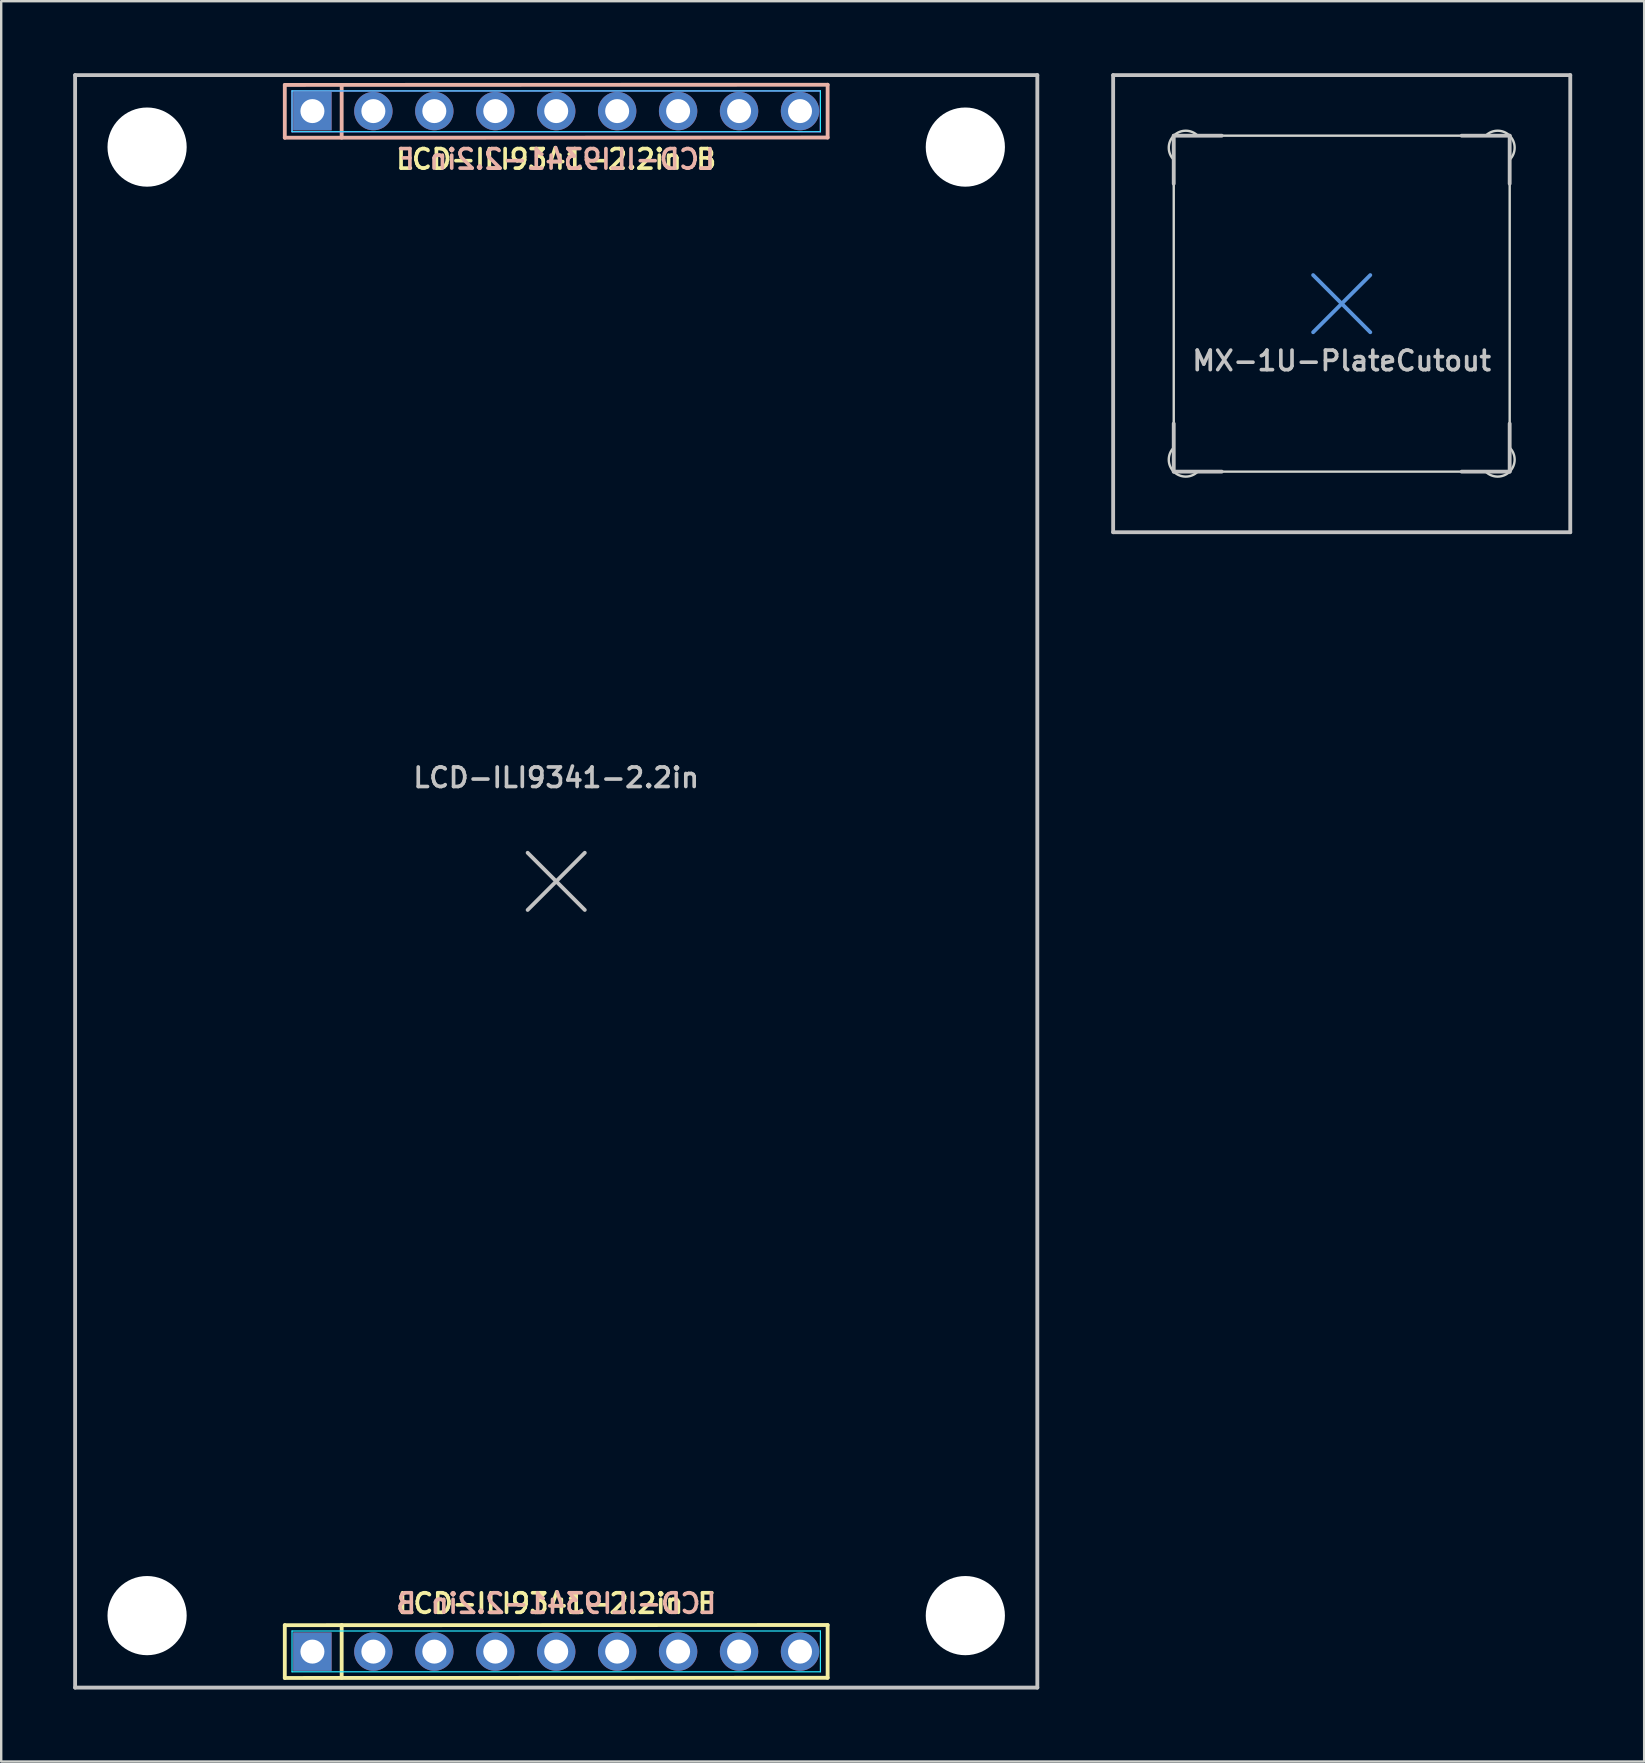
<source format=kicad_pcb>
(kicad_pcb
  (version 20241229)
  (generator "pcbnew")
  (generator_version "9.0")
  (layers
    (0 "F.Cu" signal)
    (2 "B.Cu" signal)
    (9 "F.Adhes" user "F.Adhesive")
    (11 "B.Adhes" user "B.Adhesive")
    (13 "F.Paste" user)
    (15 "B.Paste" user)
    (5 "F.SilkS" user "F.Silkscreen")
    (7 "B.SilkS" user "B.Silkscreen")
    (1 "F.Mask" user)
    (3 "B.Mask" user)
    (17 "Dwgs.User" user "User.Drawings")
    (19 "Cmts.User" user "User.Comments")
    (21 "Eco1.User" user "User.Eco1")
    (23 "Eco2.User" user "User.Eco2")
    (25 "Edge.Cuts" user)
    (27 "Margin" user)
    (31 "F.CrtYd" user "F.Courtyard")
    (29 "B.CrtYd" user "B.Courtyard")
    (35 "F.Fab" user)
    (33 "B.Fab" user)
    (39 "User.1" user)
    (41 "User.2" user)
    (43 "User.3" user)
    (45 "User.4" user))
  (footprint "MX-1U-PlateCutout"
    (layer "F.Cu")
    (at 52.865 9.605)
    (property "Reference" "MX-1U-PlateCutout" (at 0 2.381 0) (layer "Dwgs.User") (effects (font (size 0.813 0.813) (thickness 0.152))))
    (attr through_hole)
    (fp_line (start -9.525 -9.525) (end 9.525 -9.525) (stroke (width 0.16) (type solid)) (layer "Dwgs.User"))
    (fp_line (start -9.525 9.525) (end -9.525 -9.525) (stroke (width 0.16) (type solid)) (layer "Dwgs.User"))
    (fp_line (start -7 -7) (end -7 -5) (stroke (width 0.16) (type solid)) (layer "Dwgs.User"))
    (fp_line (start -7 5) (end -7 7) (stroke (width 0.16) (type solid)) (layer "Dwgs.User"))
    (fp_line (start -7 7) (end -5 7) (stroke (width 0.16) (type solid)) (layer "Dwgs.User"))
    (fp_line (start -5 -7) (end -7 -7) (stroke (width 0.16) (type solid)) (layer "Dwgs.User"))
    (fp_line (start 5 -7) (end 7 -7) (stroke (width 0.16) (type solid)) (layer "Dwgs.User"))
    (fp_line (start 5 7) (end 7 7) (stroke (width 0.16) (type solid)) (layer "Dwgs.User"))
    (fp_line (start 7 -7) (end 7 -5) (stroke (width 0.16) (type solid)) (layer "Dwgs.User"))
    (fp_line (start 7 7) (end 7 5) (stroke (width 0.16) (type solid)) (layer "Dwgs.User"))
    (fp_line (start 9.525 -9.525) (end 9.525 9.525) (stroke (width 0.16) (type solid)) (layer "Dwgs.User"))
    (fp_line (start 9.525 9.525) (end -9.525 9.525) (stroke (width 0.16) (type solid)) (layer "Dwgs.User"))
    (fp_line (start -1.191 -1.191) (end 1.191 1.191) (stroke (width 0.16) (type solid)) (layer "Cmts.User"))
    (fp_line (start -1.191 1.191) (end 1.191 -1.191) (stroke (width 0.16) (type solid)) (layer "Cmts.User"))
    (fp_line (start -7 6) (end -7 -6) (stroke (width 0.1) (type solid)) (layer "Edge.Cuts"))
    (fp_line (start -6 -7) (end 6 -7) (stroke (width 0.1) (type solid)) (layer "Edge.Cuts"))
    (fp_line (start 6 7) (end -6 7) (stroke (width 0.1) (type solid)) (layer "Edge.Cuts"))
    (fp_line (start 7 -6) (end 7 6) (stroke (width 0.1) (type solid)) (layer "Edge.Cuts"))
    (fp_arc (start -7 -6) (mid -7 -7) (end -6 -7) (stroke (width 0.1) (type solid)) (layer "Edge.Cuts"))
    (fp_arc (start -6 7) (mid -7 7) (end -7 6) (stroke (width 0.1) (type solid)) (layer "Edge.Cuts"))
    (fp_arc (start 6 -7) (mid 7 -7) (end 7 -6) (stroke (width 0.1) (type solid)) (layer "Edge.Cuts"))
    (fp_arc (start 7 6) (mid 7 7) (end 6 7) (stroke (width 0.1) (type solid)) (layer "Edge.Cuts")))
  (footprint "LCD-ILI9341-2.2in"
    (layer "F.Cu")
    (at 20.13 33.68)
    (property "Reference" "LCD-ILI9341-2.2in" (at 0 -4.322 180) (layer "Dwgs.User") (effects (font (size 0.813 0.813) (thickness 0.152))))
    (attr through_hole)
    (fp_line (start -11.311 30.998) (end 11.311 30.991) (stroke (width 0.16) (type solid)) (layer "F.SilkS"))
    (fp_line (start -11.311 33.198) (end -11.311 30.998) (stroke (width 0.16) (type solid)) (layer "F.SilkS"))
    (fp_line (start -8.941 33.191) (end -8.941 30.991) (stroke (width 0.16) (type solid)) (layer "F.SilkS"))
    (fp_line (start 11.311 30.991) (end 11.311 33.191) (stroke (width 0.16) (type solid)) (layer "F.SilkS"))
    (fp_line (start 11.311 33.191) (end -11.311 33.198) (stroke (width 0.16) (type solid)) (layer "F.SilkS"))
    (fp_line (start -11.311 -33.191) (end 11.311 -33.198) (stroke (width 0.16) (type solid)) (layer "B.SilkS"))
    (fp_line (start -11.311 -30.991) (end -11.311 -33.191) (stroke (width 0.16) (type solid)) (layer "B.SilkS"))
    (fp_line (start -8.941 -33.191) (end -8.941 -30.991) (stroke (width 0.16) (type solid)) (layer "B.SilkS"))
    (fp_line (start 11.311 -33.198) (end 11.311 -30.998) (stroke (width 0.16) (type solid)) (layer "B.SilkS"))
    (fp_line (start 11.311 -30.998) (end -11.311 -30.991) (stroke (width 0.16) (type solid)) (layer "B.SilkS"))
    (fp_line (start -20.05 -33.6) (end -20.05 33.6) (stroke (width 0.16) (type solid)) (layer "Dwgs.User"))
    (fp_line (start -20.05 -33.6) (end 20.05 -33.6) (stroke (width 0.16) (type solid)) (layer "Dwgs.User"))
    (fp_line (start -20.05 33.6) (end 20.05 33.6) (stroke (width 0.16) (type solid)) (layer "Dwgs.User"))
    (fp_line (start -1.191 -1.191) (end 1.191 1.191) (stroke (width 0.16) (type solid)) (layer "Dwgs.User"))
    (fp_line (start 1.191 -1.191) (end -1.191 1.191) (stroke (width 0.16) (type solid)) (layer "Dwgs.User"))
    (fp_line (start 20.05 -33.6) (end 20.05 33.6) (stroke (width 0.16) (type solid)) (layer "Dwgs.User"))
    (fp_line (start -11.01 -32.941) (end 11.01 -32.941) (stroke (width 0.05) (type solid)) (layer "B.CrtYd"))
    (fp_line (start -11.01 -31.241) (end -11.01 -32.941) (stroke (width 0.05) (type solid)) (layer "B.CrtYd"))
    (fp_line (start -11.01 31.241) (end 11.01 31.241) (stroke (width 0.05) (type solid)) (layer "B.CrtYd"))
    (fp_line (start -11.01 32.941) (end -11.01 31.241) (stroke (width 0.05) (type solid)) (layer "B.CrtYd"))
    (fp_line (start 11.01 -32.941) (end 11.01 -31.241) (stroke (width 0.05) (type solid)) (layer "B.CrtYd"))
    (fp_line (start 11.01 -31.241) (end -11.01 -31.241) (stroke (width 0.05) (type solid)) (layer "B.CrtYd"))
    (fp_line (start 11.01 31.241) (end 11.01 32.941) (stroke (width 0.05) (type solid)) (layer "B.CrtYd"))
    (fp_line (start 11.01 32.941) (end -11.01 32.941) (stroke (width 0.05) (type solid)) (layer "B.CrtYd"))
    (fp_line (start -11.01 -32.941) (end 11.01 -32.941) (stroke (width 0.05) (type solid)) (layer "F.CrtYd"))
    (fp_line (start -11.01 -31.241) (end -11.01 -32.941) (stroke (width 0.05) (type solid)) (layer "F.CrtYd"))
    (fp_line (start 11.01 -31.242) (end 11.01 -32.942) (stroke (width 0.05) (type solid)) (layer "F.CrtYd"))
    (fp_line (start 11.01 -31.241) (end -11.01 -31.241) (stroke (width 0.05) (type solid)) (layer "F.CrtYd"))
    (fp_text user "${REFERENCE} B" (at 0 -30.093 0) (layer "F.SilkS") (effects (font (size 0.813 0.813) (thickness 0.152))))
    (fp_text user "${REFERENCE} F" (at 0 30.093 180) (layer "F.SilkS") (effects (font (size 0.813 0.813) (thickness 0.152))))
    (fp_text user "${REFERENCE} F" (at 0 -30.093 0) (layer "B.SilkS") (effects (font (size 0.813 0.813) (thickness 0.152)) (justify mirror)))
    (fp_text user "${REFERENCE} B" (at 0 30.093 180) (layer "B.SilkS") (effects (font (size 0.813 0.813) (thickness 0.152)) (justify mirror)))
    (pad "" np_thru_hole circle (at -17.05 -30.6) (size 3.3 3.3) (drill 3.3) (layers "*.Cu" "*.Mask"))
    (pad "" np_thru_hole circle (at -17.05 30.6) (size 3.3 3.3) (drill 3.3) (layers "*.Cu" "*.Mask"))
    (pad "" np_thru_hole circle (at 17.05 -30.6) (size 3.3 3.3) (drill 3.3) (layers "*.Cu" "*.Mask"))
    (pad "" np_thru_hole circle (at 17.05 30.6 90) (size 3.3 3.3) (drill 3.3) (layers "*.Cu" "*.Mask"))
    (pad "1" thru_hole rect (at -10.16 -32.1) (size 1.6 1.6) (drill 1) (layers "*.Cu" "*.Mask"))
    (pad "1" thru_hole rect (at -10.16 32.1 180) (size 1.6 1.6) (drill 1) (layers "*.Cu" "*.Mask"))
    (pad "2" thru_hole circle (at -7.62 -32.1) (size 1.6 1.6) (drill 1) (layers "*.Cu" "*.Mask"))
    (pad "2" thru_hole circle (at -7.62 32.1 180) (size 1.6 1.6) (drill 1) (layers "*.Cu" "*.Mask"))
    (pad "3" thru_hole circle (at -5.08 -32.1) (size 1.6 1.6) (drill 1) (layers "*.Cu" "*.Mask"))
    (pad "3" thru_hole circle (at -5.08 32.1 180) (size 1.6 1.6) (drill 1) (layers "*.Cu" "*.Mask"))
    (pad "4" thru_hole circle (at -2.54 -32.1) (size 1.6 1.6) (drill 1) (layers "*.Cu" "*.Mask"))
    (pad "4" thru_hole circle (at -2.54 32.1 180) (size 1.6 1.6) (drill 1) (layers "*.Cu" "*.Mask"))
    (pad "5" thru_hole circle (at 0 -32.1) (size 1.6 1.6) (drill 1) (layers "*.Cu" "*.Mask"))
    (pad "5" thru_hole circle (at 0 32.1 180) (size 1.6 1.6) (drill 1) (layers "*.Cu" "*.Mask"))
    (pad "6" thru_hole circle (at 2.54 -32.1) (size 1.6 1.6) (drill 1) (layers "*.Cu" "*.Mask"))
    (pad "6" thru_hole circle (at 2.54 32.1 180) (size 1.6 1.6) (drill 1) (layers "*.Cu" "*.Mask"))
    (pad "7" thru_hole circle (at 5.08 -32.1) (size 1.6 1.6) (drill 1) (layers "*.Cu" "*.Mask"))
    (pad "7" thru_hole circle (at 5.08 32.1 180) (size 1.6 1.6) (drill 1) (layers "*.Cu" "*.Mask"))
    (pad "8" thru_hole circle (at 7.62 -32.1) (size 1.6 1.6) (drill 1) (layers "*.Cu" "*.Mask"))
    (pad "8" thru_hole circle (at 7.62 32.1 180) (size 1.6 1.6) (drill 1) (layers "*.Cu" "*.Mask"))
    (pad "9" thru_hole circle (at 10.16 -32.1) (size 1.6 1.6) (drill 1) (layers "*.Cu" "*.Mask"))
    (pad "9" thru_hole circle (at 10.16 32.1 180) (size 1.6 1.6) (drill 1) (layers "*.Cu" "*.Mask")))
  (gr_rect
    (start -3 -3)
    (end 65.47 70.36)
    (stroke (width 0.1) (type default))
    (fill no)
    (layer "Edge.Cuts")))
</source>
